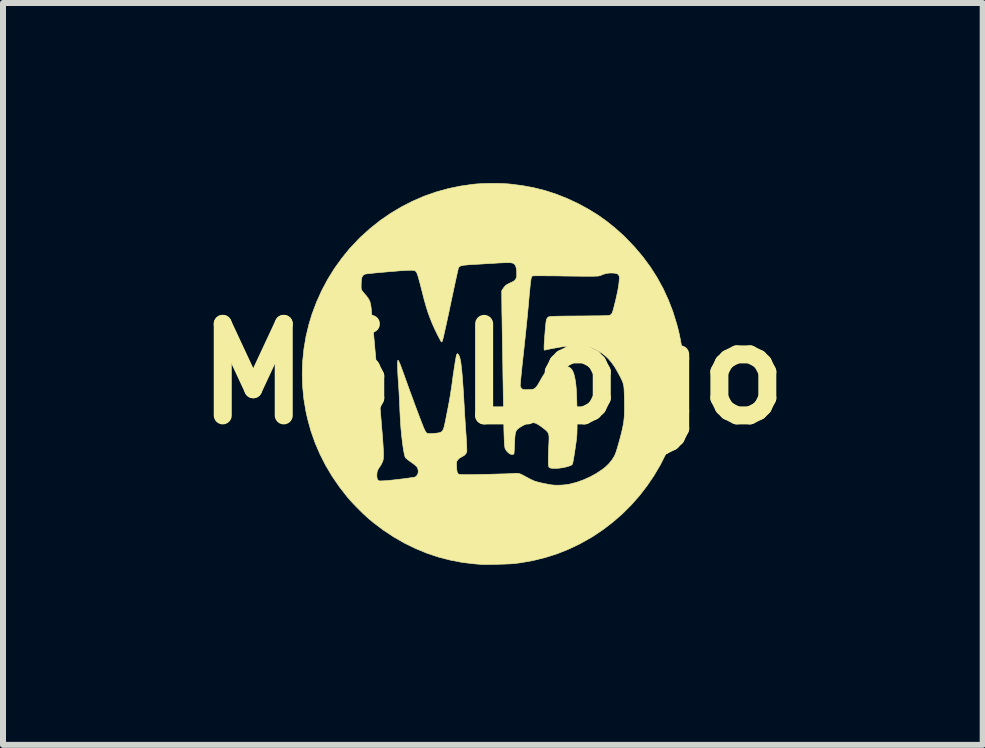
<source format=kicad_pcb>
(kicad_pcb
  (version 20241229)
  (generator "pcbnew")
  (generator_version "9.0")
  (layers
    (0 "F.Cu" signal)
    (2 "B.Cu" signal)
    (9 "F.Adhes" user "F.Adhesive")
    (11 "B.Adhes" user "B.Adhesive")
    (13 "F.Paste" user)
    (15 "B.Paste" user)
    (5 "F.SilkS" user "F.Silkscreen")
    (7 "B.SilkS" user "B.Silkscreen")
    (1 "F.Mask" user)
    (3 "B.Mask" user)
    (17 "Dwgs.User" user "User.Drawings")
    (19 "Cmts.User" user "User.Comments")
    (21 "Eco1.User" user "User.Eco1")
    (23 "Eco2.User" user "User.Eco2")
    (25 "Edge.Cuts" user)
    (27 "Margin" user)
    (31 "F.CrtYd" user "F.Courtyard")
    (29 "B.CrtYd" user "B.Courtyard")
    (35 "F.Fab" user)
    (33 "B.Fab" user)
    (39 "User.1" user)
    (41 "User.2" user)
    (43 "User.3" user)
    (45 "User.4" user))
  (footprint "M5 Logo"
    (layer "F.Cu")
    (at 5.16 3.18)
    (property "Reference" "M5 Logo" (at 0 0 0) (layer "F.SilkS") (effects (font (size 1.524 1.524) (thickness 0.3))))
    (attr through_hole)
    (fp_poly (pts (xy 0.102 -3.174) (xy 0.181 -3.171) (xy 0.251 -3.167) (xy 0.285 -3.164) (xy 0.487 -3.139) (xy 0.681 -3.103) (xy 0.869 -3.056) (xy 1.054 -2.996) (xy 1.236 -2.924) (xy 1.418 -2.839) (xy 1.422 -2.837) (xy 1.588 -2.747) (xy 1.745 -2.651) (xy 1.893 -2.546) (xy 2.036 -2.431) (xy 2.177 -2.305) (xy 2.21 -2.272) (xy 2.359 -2.117) (xy 2.496 -1.955) (xy 2.622 -1.785) (xy 2.735 -1.608) (xy 2.836 -1.424) (xy 2.924 -1.233) (xy 3 -1.036) (xy 3.063 -0.832) (xy 3.083 -0.757) (xy 3.107 -0.657) (xy 3.126 -0.563) (xy 3.142 -0.472) (xy 3.154 -0.381) (xy 3.162 -0.288) (xy 3.168 -0.188) (xy 3.17 -0.08) (xy 3.171 0.004) (xy 3.171 0.087) (xy 3.17 0.16) (xy 3.168 0.224) (xy 3.164 0.282) (xy 3.16 0.338) (xy 3.153 0.393) (xy 3.145 0.451) (xy 3.135 0.515) (xy 3.129 0.552) (xy 3.086 0.753) (xy 3.031 0.951) (xy 2.962 1.144) (xy 2.881 1.333) (xy 2.788 1.517) (xy 2.683 1.694) (xy 2.568 1.864) (xy 2.442 2.027) (xy 2.305 2.182) (xy 2.159 2.328) (xy 2.003 2.464) (xy 1.839 2.59) (xy 1.667 2.706) (xy 1.633 2.726) (xy 1.45 2.829) (xy 1.263 2.918) (xy 1.071 2.995) (xy 0.874 3.057) (xy 0.673 3.107) (xy 0.465 3.144) (xy 0.359 3.158) (xy 0.329 3.16) (xy 0.288 3.163) (xy 0.238 3.165) (xy 0.183 3.167) (xy 0.123 3.169) (xy 0.062 3.171) (xy 0.001 3.172) (xy -0.056 3.173) (xy -0.108 3.173) (xy -0.153 3.173) (xy -0.188 3.172) (xy -0.208 3.171) (xy -0.226 3.169) (xy -0.255 3.167) (xy -0.289 3.164) (xy -0.325 3.161) (xy -0.52 3.137) (xy -0.715 3.099) (xy -0.908 3.049) (xy -1.099 2.985) (xy -1.286 2.908) (xy -1.469 2.819) (xy -1.647 2.717) (xy -1.819 2.604) (xy -1.984 2.48) (xy -2.057 2.42) (xy -2.103 2.379) (xy -2.156 2.33) (xy -2.212 2.275) (xy -2.269 2.218) (xy -2.323 2.162) (xy -2.373 2.108) (xy -2.415 2.06) (xy -2.421 2.053) (xy -2.555 1.881) (xy -2.677 1.704) (xy -2.785 1.522) (xy -2.88 1.335) (xy -2.963 1.142) (xy -3.032 0.944) (xy -3.088 0.74) (xy -3.115 0.617) (xy -3.149 0.411) (xy -3.169 0.204) (xy -3.175 -0.005) (xy -3.168 -0.213) (xy -3.147 -0.42) (xy -3.112 -0.626) (xy -3.063 -0.83) (xy -3.01 -1.004) (xy -2.936 -1.2) (xy -2.85 -1.39) (xy -2.816 -1.454) (xy -2.194 -1.454) (xy -2.194 -1.434) (xy -2.192 -1.418) (xy -2.187 -1.403) (xy -2.179 -1.388) (xy -2.165 -1.37) (xy -2.145 -1.346) (xy -2.118 -1.313) (xy -2.111 -1.306) (xy -2.083 -1.27) (xy -2.063 -1.238) (xy -2.048 -1.206) (xy -2.038 -1.168) (xy -2.03 -1.121) (xy -2.029 -1.11) (xy -2.026 -1.088) (xy -2.023 -1.053) (xy -2.018 -1.006) (xy -2.012 -0.948) (xy -2.006 -0.88) (xy -1.999 -0.803) (xy -1.991 -0.717) (xy -1.983 -0.625) (xy -1.974 -0.527) (xy -1.965 -0.423) (xy -1.955 -0.316) (xy -1.945 -0.206) (xy -1.936 -0.093) (xy -1.926 0.02) (xy -1.916 0.134) (xy -1.906 0.246) (xy -1.896 0.356) (xy -1.887 0.464) (xy -1.878 0.567) (xy -1.87 0.666) (xy -1.862 0.758) (xy -1.855 0.844) (xy -1.849 0.921) (xy -1.843 0.99) (xy -1.838 1.048) (xy -1.835 1.095) (xy -1.834 1.108) (xy -1.829 1.184) (xy -1.825 1.249) (xy -1.823 1.302) (xy -1.822 1.345) (xy -1.823 1.381) (xy -1.825 1.411) (xy -1.829 1.435) (xy -1.835 1.456) (xy -1.843 1.476) (xy -1.844 1.477) (xy -1.858 1.504) (xy -1.874 1.531) (xy -1.884 1.545) (xy -1.912 1.588) (xy -1.928 1.632) (xy -1.933 1.68) (xy -1.933 1.68) (xy -1.931 1.723) (xy -1.923 1.754) (xy -1.909 1.773) (xy -1.9 1.779) (xy -1.883 1.781) (xy -1.853 1.781) (xy -1.809 1.779) (xy -1.753 1.775) (xy -1.683 1.768) (xy -1.601 1.759) (xy -1.585 1.757) (xy -1.501 1.747) (xy -1.432 1.738) (xy -1.376 1.73) (xy -1.334 1.724) (xy -1.306 1.719) (xy -1.292 1.715) (xy -1.291 1.715) (xy -1.266 1.693) (xy -1.249 1.664) (xy -1.242 1.628) (xy -1.246 1.591) (xy -1.255 1.564) (xy -1.263 1.55) (xy -1.275 1.536) (xy -1.292 1.521) (xy -1.316 1.502) (xy -1.35 1.477) (xy -1.358 1.471) (xy -1.39 1.449) (xy -1.417 1.428) (xy -1.439 1.41) (xy -1.453 1.397) (xy -1.456 1.394) (xy -1.464 1.376) (xy -1.472 1.345) (xy -1.481 1.303) (xy -1.49 1.252) (xy -1.499 1.192) (xy -1.508 1.126) (xy -1.516 1.055) (xy -1.524 0.98) (xy -1.531 0.903) (xy -1.537 0.826) (xy -1.538 0.808) (xy -1.54 0.768) (xy -1.543 0.718) (xy -1.546 0.66) (xy -1.549 0.6) (xy -1.551 0.54) (xy -1.553 0.508) (xy -1.555 0.444) (xy -1.559 0.371) (xy -1.563 0.295) (xy -1.568 0.22) (xy -1.572 0.152) (xy -1.574 0.131) (xy -1.579 0.058) (xy -1.583 -0.01) (xy -1.585 -0.071) (xy -1.587 -0.124) (xy -1.587 -0.167) (xy -1.586 -0.2) (xy -1.584 -0.221) (xy -1.581 -0.229) (xy -1.577 -0.227) (xy -1.57 -0.217) (xy -1.56 -0.197) (xy -1.547 -0.167) (xy -1.531 -0.126) (xy -1.512 -0.074) (xy -1.488 -0.009) (xy -1.486 -0.004) (xy -1.449 0.101) (xy -1.412 0.203) (xy -1.376 0.303) (xy -1.34 0.399) (xy -1.307 0.491) (xy -1.275 0.576) (xy -1.245 0.655) (xy -1.218 0.727) (xy -1.194 0.79) (xy -1.173 0.843) (xy -1.156 0.886) (xy -1.143 0.917) (xy -1.135 0.934) (xy -1.122 0.958) (xy -1.111 0.975) (xy -1.098 0.985) (xy -1.081 0.991) (xy -1.057 0.993) (xy -1.023 0.992) (xy -1.002 0.991) (xy -0.962 0.988) (xy -0.926 0.984) (xy -0.898 0.98) (xy -0.884 0.976) (xy -0.867 0.969) (xy -0.853 0.961) (xy -0.842 0.951) (xy -0.832 0.935) (xy -0.822 0.914) (xy -0.813 0.885) (xy -0.804 0.847) (xy -0.793 0.798) (xy -0.781 0.738) (xy -0.78 0.732) (xy -0.761 0.636) (xy -0.744 0.552) (xy -0.73 0.476) (xy -0.718 0.409) (xy -0.707 0.346) (xy -0.698 0.285) (xy -0.689 0.226) (xy -0.68 0.164) (xy -0.677 0.141) (xy -0.669 0.081) (xy -0.661 0.019) (xy -0.651 -0.044) (xy -0.642 -0.105) (xy -0.633 -0.162) (xy -0.625 -0.213) (xy -0.617 -0.257) (xy -0.611 -0.29) (xy -0.606 -0.312) (xy -0.606 -0.312) (xy -0.599 -0.329) (xy -0.591 -0.338) (xy -0.589 -0.339) (xy -0.581 -0.333) (xy -0.57 -0.318) (xy -0.561 -0.301) (xy -0.554 -0.283) (xy -0.547 -0.258) (xy -0.54 -0.226) (xy -0.533 -0.186) (xy -0.527 -0.138) (xy -0.52 -0.081) (xy -0.514 -0.014) (xy -0.507 0.063) (xy -0.501 0.151) (xy -0.494 0.251) (xy -0.487 0.363) (xy -0.48 0.488) (xy -0.476 0.554) (xy -0.473 0.612) (xy -0.469 0.68) (xy -0.464 0.755) (xy -0.459 0.832) (xy -0.454 0.909) (xy -0.449 0.982) (xy -0.447 1.005) (xy -0.443 1.065) (xy -0.44 1.122) (xy -0.437 1.173) (xy -0.435 1.217) (xy -0.434 1.253) (xy -0.433 1.278) (xy -0.434 1.289) (xy -0.445 1.321) (xy -0.469 1.35) (xy -0.504 1.373) (xy -0.513 1.377) (xy -0.552 1.399) (xy -0.582 1.427) (xy -0.597 1.449) (xy -0.603 1.462) (xy -0.605 1.478) (xy -0.606 1.502) (xy -0.605 1.535) (xy -0.605 1.546) (xy -0.602 1.58) (xy -0.599 1.61) (xy -0.594 1.633) (xy -0.591 1.642) (xy -0.587 1.65) (xy -0.583 1.657) (xy -0.577 1.663) (xy -0.569 1.668) (xy -0.558 1.671) (xy -0.541 1.674) (xy -0.519 1.676) (xy -0.491 1.677) (xy -0.454 1.678) (xy -0.408 1.677) (xy -0.352 1.677) (xy -0.285 1.676) (xy -0.206 1.674) (xy -0.145 1.673) (xy -0.069 1.671) (xy 0.005 1.669) (xy 0.076 1.667) (xy 0.141 1.665) (xy 0.2 1.664) (xy 0.25 1.662) (xy 0.29 1.66) (xy 0.318 1.659) (xy 0.328 1.658) (xy 0.365 1.655) (xy 0.395 1.654) (xy 0.42 1.656) (xy 0.444 1.661) (xy 0.469 1.67) (xy 0.499 1.685) (xy 0.536 1.705) (xy 0.568 1.722) (xy 0.605 1.742) (xy 0.643 1.761) (xy 0.678 1.777) (xy 0.705 1.788) (xy 0.706 1.788) (xy 0.74 1.798) (xy 0.784 1.809) (xy 0.835 1.821) (xy 0.888 1.831) (xy 0.939 1.841) (xy 0.984 1.848) (xy 0.984 1.848) (xy 1.031 1.852) (xy 1.086 1.853) (xy 1.145 1.851) (xy 1.204 1.846) (xy 1.258 1.839) (xy 1.281 1.834) (xy 1.394 1.805) (xy 1.509 1.764) (xy 1.62 1.714) (xy 1.726 1.656) (xy 1.823 1.591) (xy 1.87 1.555) (xy 1.929 1.499) (xy 1.981 1.437) (xy 2.022 1.372) (xy 2.04 1.335) (xy 2.048 1.313) (xy 2.059 1.28) (xy 2.072 1.238) (xy 2.086 1.19) (xy 2.101 1.138) (xy 2.116 1.085) (xy 2.129 1.033) (xy 2.142 0.985) (xy 2.151 0.945) (xy 2.163 0.89) (xy 2.173 0.84) (xy 2.181 0.792) (xy 2.186 0.745) (xy 2.19 0.696) (xy 2.192 0.643) (xy 2.193 0.582) (xy 2.193 0.512) (xy 2.192 0.448) (xy 2.191 0.378) (xy 2.189 0.321) (xy 2.187 0.273) (xy 2.185 0.234) (xy 2.181 0.202) (xy 2.175 0.173) (xy 2.168 0.148) (xy 2.158 0.122) (xy 2.147 0.096) (xy 2.132 0.066) (xy 2.128 0.057) (xy 2.078 -0.036) (xy 2.03 -0.118) (xy 1.981 -0.187) (xy 1.93 -0.248) (xy 1.877 -0.299) (xy 1.82 -0.344) (xy 1.757 -0.383) (xy 1.706 -0.409) (xy 1.663 -0.429) (xy 1.624 -0.444) (xy 1.586 -0.454) (xy 1.546 -0.461) (xy 1.501 -0.465) (xy 1.448 -0.467) (xy 1.401 -0.467) (xy 1.353 -0.466) (xy 1.304 -0.465) (xy 1.257 -0.463) (xy 1.218 -0.46) (xy 1.196 -0.459) (xy 1.171 -0.455) (xy 1.136 -0.45) (xy 1.094 -0.443) (xy 1.048 -0.435) (xy 1.002 -0.426) (xy 0.957 -0.418) (xy 0.918 -0.41) (xy 0.887 -0.403) (xy 0.867 -0.398) (xy 0.866 -0.398) (xy 0.86 -0.397) (xy 0.856 -0.402) (xy 0.854 -0.415) (xy 0.854 -0.438) (xy 0.854 -0.453) (xy 0.854 -0.475) (xy 0.856 -0.509) (xy 0.859 -0.551) (xy 0.862 -0.599) (xy 0.866 -0.651) (xy 0.87 -0.702) (xy 0.874 -0.752) (xy 0.878 -0.796) (xy 0.882 -0.833) (xy 0.885 -0.86) (xy 0.886 -0.868) (xy 0.893 -0.902) (xy 0.902 -0.925) (xy 0.913 -0.941) (xy 0.93 -0.951) (xy 0.93 -0.951) (xy 0.937 -0.954) (xy 0.945 -0.955) (xy 0.958 -0.957) (xy 0.974 -0.959) (xy 0.996 -0.96) (xy 1.025 -0.961) (xy 1.061 -0.962) (xy 1.106 -0.963) (xy 1.16 -0.964) (xy 1.225 -0.965) (xy 1.301 -0.965) (xy 1.389 -0.966) (xy 1.447 -0.966) (xy 1.542 -0.967) (xy 1.625 -0.968) (xy 1.695 -0.969) (xy 1.754 -0.969) (xy 1.804 -0.97) (xy 1.844 -0.971) (xy 1.876 -0.972) (xy 1.901 -0.973) (xy 1.92 -0.974) (xy 1.934 -0.976) (xy 1.944 -0.978) (xy 1.95 -0.98) (xy 1.955 -0.982) (xy 1.956 -0.983) (xy 1.968 -0.991) (xy 1.978 -1.001) (xy 1.986 -1.015) (xy 1.994 -1.034) (xy 2.003 -1.061) (xy 2.013 -1.098) (xy 2.025 -1.146) (xy 2.027 -1.154) (xy 2.048 -1.237) (xy 2.064 -1.309) (xy 2.078 -1.372) (xy 2.088 -1.427) (xy 2.096 -1.477) (xy 2.102 -1.523) (xy 2.103 -1.538) (xy 2.106 -1.574) (xy 2.108 -1.6) (xy 2.107 -1.617) (xy 2.105 -1.629) (xy 2.1 -1.64) (xy 2.098 -1.643) (xy 2.086 -1.659) (xy 2.07 -1.67) (xy 2.046 -1.677) (xy 2.011 -1.681) (xy 2.003 -1.682) (xy 1.941 -1.682) (xy 1.881 -1.673) (xy 1.827 -1.656) (xy 1.817 -1.651) (xy 1.807 -1.646) (xy 1.798 -1.642) (xy 1.788 -1.639) (xy 1.777 -1.636) (xy 1.763 -1.633) (xy 1.745 -1.631) (xy 1.723 -1.63) (xy 1.695 -1.629) (xy 1.662 -1.628) (xy 1.62 -1.628) (xy 1.571 -1.628) (xy 1.512 -1.628) (xy 1.443 -1.629) (xy 1.363 -1.63) (xy 1.271 -1.631) (xy 1.166 -1.632) (xy 1.149 -1.633) (xy 1.069 -1.634) (xy 0.993 -1.635) (xy 0.922 -1.635) (xy 0.858 -1.636) (xy 0.8 -1.636) (xy 0.752 -1.636) (xy 0.713 -1.636) (xy 0.686 -1.635) (xy 0.671 -1.635) (xy 0.669 -1.635) (xy 0.663 -1.633) (xy 0.657 -1.631) (xy 0.652 -1.627) (xy 0.647 -1.62) (xy 0.643 -1.61) (xy 0.639 -1.596) (xy 0.635 -1.576) (xy 0.631 -1.55) (xy 0.627 -1.516) (xy 0.622 -1.474) (xy 0.617 -1.423) (xy 0.611 -1.361) (xy 0.604 -1.288) (xy 0.597 -1.203) (xy 0.589 -1.118) (xy 0.582 -1.043) (xy 0.574 -0.956) (xy 0.564 -0.861) (xy 0.554 -0.76) (xy 0.543 -0.655) (xy 0.532 -0.55) (xy 0.521 -0.448) (xy 0.511 -0.35) (xy 0.504 -0.292) (xy 0.495 -0.208) (xy 0.486 -0.128) (xy 0.479 -0.054) (xy 0.472 0.012) (xy 0.466 0.071) (xy 0.462 0.119) (xy 0.458 0.158) (xy 0.456 0.185) (xy 0.456 0.199) (xy 0.456 0.2) (xy 0.468 0.229) (xy 0.481 0.244) (xy 0.492 0.252) (xy 0.503 0.257) (xy 0.518 0.26) (xy 0.541 0.261) (xy 0.574 0.261) (xy 0.574 0.261) (xy 0.607 0.26) (xy 0.638 0.259) (xy 0.661 0.256) (xy 0.67 0.254) (xy 0.69 0.246) (xy 0.709 0.231) (xy 0.729 0.209) (xy 0.751 0.178) (xy 0.775 0.136) (xy 0.795 0.101) (xy 0.832 0.036) (xy 0.867 -0.016) (xy 0.902 -0.057) (xy 0.938 -0.089) (xy 0.978 -0.114) (xy 1.022 -0.132) (xy 1.033 -0.135) (xy 1.058 -0.139) (xy 1.092 -0.141) (xy 1.131 -0.141) (xy 1.17 -0.139) (xy 1.204 -0.135) (xy 1.228 -0.13) (xy 1.268 -0.114) (xy 1.299 -0.093) (xy 1.323 -0.063) (xy 1.342 -0.023) (xy 1.354 0.016) (xy 1.363 0.053) (xy 1.371 0.094) (xy 1.378 0.138) (xy 1.384 0.188) (xy 1.389 0.244) (xy 1.393 0.309) (xy 1.396 0.382) (xy 1.399 0.466) (xy 1.401 0.561) (xy 1.402 0.656) (xy 1.403 0.736) (xy 1.403 0.803) (xy 1.403 0.859) (xy 1.403 0.907) (xy 1.402 0.947) (xy 1.401 0.981) (xy 1.4 1.011) (xy 1.397 1.04) (xy 1.395 1.067) (xy 1.394 1.072) (xy 1.389 1.117) (xy 1.382 1.167) (xy 1.374 1.222) (xy 1.366 1.277) (xy 1.358 1.331) (xy 1.35 1.38) (xy 1.342 1.424) (xy 1.336 1.458) (xy 1.332 1.478) (xy 1.326 1.498) (xy 1.319 1.511) (xy 1.306 1.519) (xy 1.284 1.529) (xy 1.284 1.529) (xy 1.227 1.547) (xy 1.162 1.561) (xy 1.095 1.57) (xy 1.032 1.572) (xy 1.024 1.572) (xy 0.99 1.571) (xy 0.965 1.568) (xy 0.947 1.562) (xy 0.935 1.551) (xy 0.929 1.533) (xy 0.925 1.506) (xy 0.924 1.468) (xy 0.924 1.43) (xy 0.925 1.386) (xy 0.926 1.334) (xy 0.928 1.277) (xy 0.93 1.221) (xy 0.932 1.182) (xy 0.935 1.125) (xy 0.936 1.081) (xy 0.936 1.046) (xy 0.933 1.019) (xy 0.928 0.998) (xy 0.92 0.98) (xy 0.909 0.964) (xy 0.901 0.955) (xy 0.879 0.933) (xy 0.848 0.908) (xy 0.813 0.881) (xy 0.776 0.856) (xy 0.742 0.835) (xy 0.735 0.831) (xy 0.712 0.82) (xy 0.693 0.814) (xy 0.673 0.812) (xy 0.644 0.812) (xy 0.642 0.813) (xy 0.616 0.814) (xy 0.595 0.818) (xy 0.573 0.825) (xy 0.547 0.836) (xy 0.52 0.85) (xy 0.487 0.867) (xy 0.456 0.886) (xy 0.43 0.903) (xy 0.419 0.912) (xy 0.404 0.927) (xy 0.392 0.942) (xy 0.383 0.961) (xy 0.376 0.984) (xy 0.371 1.013) (xy 0.367 1.051) (xy 0.364 1.099) (xy 0.361 1.159) (xy 0.361 1.17) (xy 0.359 1.215) (xy 0.357 1.256) (xy 0.355 1.29) (xy 0.353 1.316) (xy 0.351 1.33) (xy 0.35 1.332) (xy 0.339 1.339) (xy 0.319 1.34) (xy 0.297 1.336) (xy 0.284 1.331) (xy 0.259 1.313) (xy 0.234 1.288) (xy 0.213 1.259) (xy 0.208 1.249) (xy 0.205 1.242) (xy 0.202 1.233) (xy 0.2 1.22) (xy 0.197 1.205) (xy 0.195 1.184) (xy 0.193 1.159) (xy 0.191 1.128) (xy 0.189 1.09) (xy 0.188 1.045) (xy 0.186 0.992) (xy 0.184 0.93) (xy 0.183 0.858) (xy 0.181 0.776) (xy 0.179 0.683) (xy 0.178 0.579) (xy 0.176 0.462) (xy 0.173 0.332) (xy 0.173 0.293) (xy 0.171 0.184) (xy 0.169 0.072) (xy 0.167 -0.041) (xy 0.166 -0.154) (xy 0.164 -0.265) (xy 0.162 -0.373) (xy 0.16 -0.475) (xy 0.159 -0.569) (xy 0.157 -0.655) (xy 0.156 -0.73) (xy 0.155 -0.783) (xy 0.154 -0.859) (xy 0.153 -0.935) (xy 0.151 -1.008) (xy 0.15 -1.076) (xy 0.15 -1.139) (xy 0.149 -1.193) (xy 0.149 -1.237) (xy 0.148 -1.27) (xy 0.148 -1.275) (xy 0.148 -1.389) (xy 0.178 -1.433) (xy 0.192 -1.452) (xy 0.206 -1.467) (xy 0.221 -1.481) (xy 0.242 -1.494) (xy 0.27 -1.508) (xy 0.307 -1.526) (xy 0.325 -1.534) (xy 0.352 -1.549) (xy 0.37 -1.566) (xy 0.381 -1.582) (xy 0.389 -1.598) (xy 0.395 -1.613) (xy 0.397 -1.633) (xy 0.398 -1.659) (xy 0.398 -1.683) (xy 0.395 -1.739) (xy 0.385 -1.784) (xy 0.37 -1.817) (xy 0.351 -1.837) (xy 0.34 -1.843) (xy 0.326 -1.848) (xy 0.306 -1.852) (xy 0.281 -1.854) (xy 0.248 -1.855) (xy 0.206 -1.854) (xy 0.153 -1.852) (xy 0.089 -1.849) (xy 0.033 -1.845) (xy -0.03 -1.842) (xy -0.1 -1.838) (xy -0.172 -1.833) (xy -0.241 -1.829) (xy -0.303 -1.826) (xy -0.333 -1.824) (xy -0.397 -1.82) (xy -0.448 -1.815) (xy -0.488 -1.811) (xy -0.518 -1.805) (xy -0.54 -1.798) (xy -0.556 -1.789) (xy -0.566 -1.779) (xy -0.571 -1.772) (xy -0.574 -1.763) (xy -0.579 -1.741) (xy -0.587 -1.708) (xy -0.597 -1.665) (xy -0.608 -1.613) (xy -0.621 -1.554) (xy -0.635 -1.489) (xy -0.65 -1.419) (xy -0.66 -1.371) (xy -0.686 -1.25) (xy -0.71 -1.137) (xy -0.732 -1.031) (xy -0.753 -0.935) (xy -0.772 -0.847) (xy -0.789 -0.77) (xy -0.804 -0.704) (xy -0.816 -0.649) (xy -0.826 -0.606) (xy -0.834 -0.576) (xy -0.837 -0.566) (xy -0.844 -0.544) (xy -0.85 -0.534) (xy -0.856 -0.535) (xy -0.856 -0.535) (xy -0.864 -0.545) (xy -0.876 -0.566) (xy -0.892 -0.596) (xy -0.911 -0.632) (xy -0.932 -0.673) (xy -0.953 -0.717) (xy -0.974 -0.761) (xy -0.993 -0.804) (xy -1.009 -0.839) (xy -1.046 -0.932) (xy -1.081 -1.027) (xy -1.113 -1.129) (xy -1.144 -1.239) (xy -1.161 -1.305) (xy -1.174 -1.359) (xy -1.189 -1.415) (xy -1.203 -1.47) (xy -1.216 -1.52) (xy -1.227 -1.56) (xy -1.229 -1.566) (xy -1.243 -1.618) (xy -1.256 -1.657) (xy -1.267 -1.686) (xy -1.281 -1.707) (xy -1.297 -1.719) (xy -1.318 -1.726) (xy -1.346 -1.728) (xy -1.382 -1.728) (xy -1.417 -1.727) (xy -1.452 -1.725) (xy -1.497 -1.722) (xy -1.549 -1.719) (xy -1.606 -1.714) (xy -1.668 -1.709) (xy -1.732 -1.704) (xy -1.796 -1.698) (xy -1.859 -1.693) (xy -1.92 -1.687) (xy -1.976 -1.682) (xy -2.026 -1.676) (xy -2.068 -1.672) (xy -2.101 -1.668) (xy -2.122 -1.665) (xy -2.129 -1.663) (xy -2.151 -1.652) (xy -2.168 -1.636) (xy -2.18 -1.613) (xy -2.188 -1.581) (xy -2.192 -1.538) (xy -2.194 -1.483) (xy -2.194 -1.481) (xy -2.194 -1.454) (xy -2.816 -1.454) (xy -2.752 -1.575) (xy -2.641 -1.754) (xy -2.519 -1.924) (xy -2.387 -2.087) (xy -2.244 -2.239) (xy -2.2 -2.283) (xy -2.041 -2.426) (xy -1.875 -2.558) (xy -1.702 -2.677) (xy -1.522 -2.784) (xy -1.336 -2.879) (xy -1.145 -2.962) (xy -0.948 -3.031) (xy -0.747 -3.087) (xy -0.541 -3.13) (xy -0.331 -3.16) (xy -0.29 -3.164) (xy -0.224 -3.169) (xy -0.148 -3.172) (xy -0.066 -3.174) (xy 0.018 -3.175) (xy 0.102 -3.174)) (stroke (width 0.01) (type solid)) (fill yes) (layer "F.SilkS")))
  (gr_rect
    (start -3 -3)
    (end 13.32 9.358)
    (stroke (width 0.1) (type default))
    (fill no)
    (layer "Edge.Cuts")))
</source>
